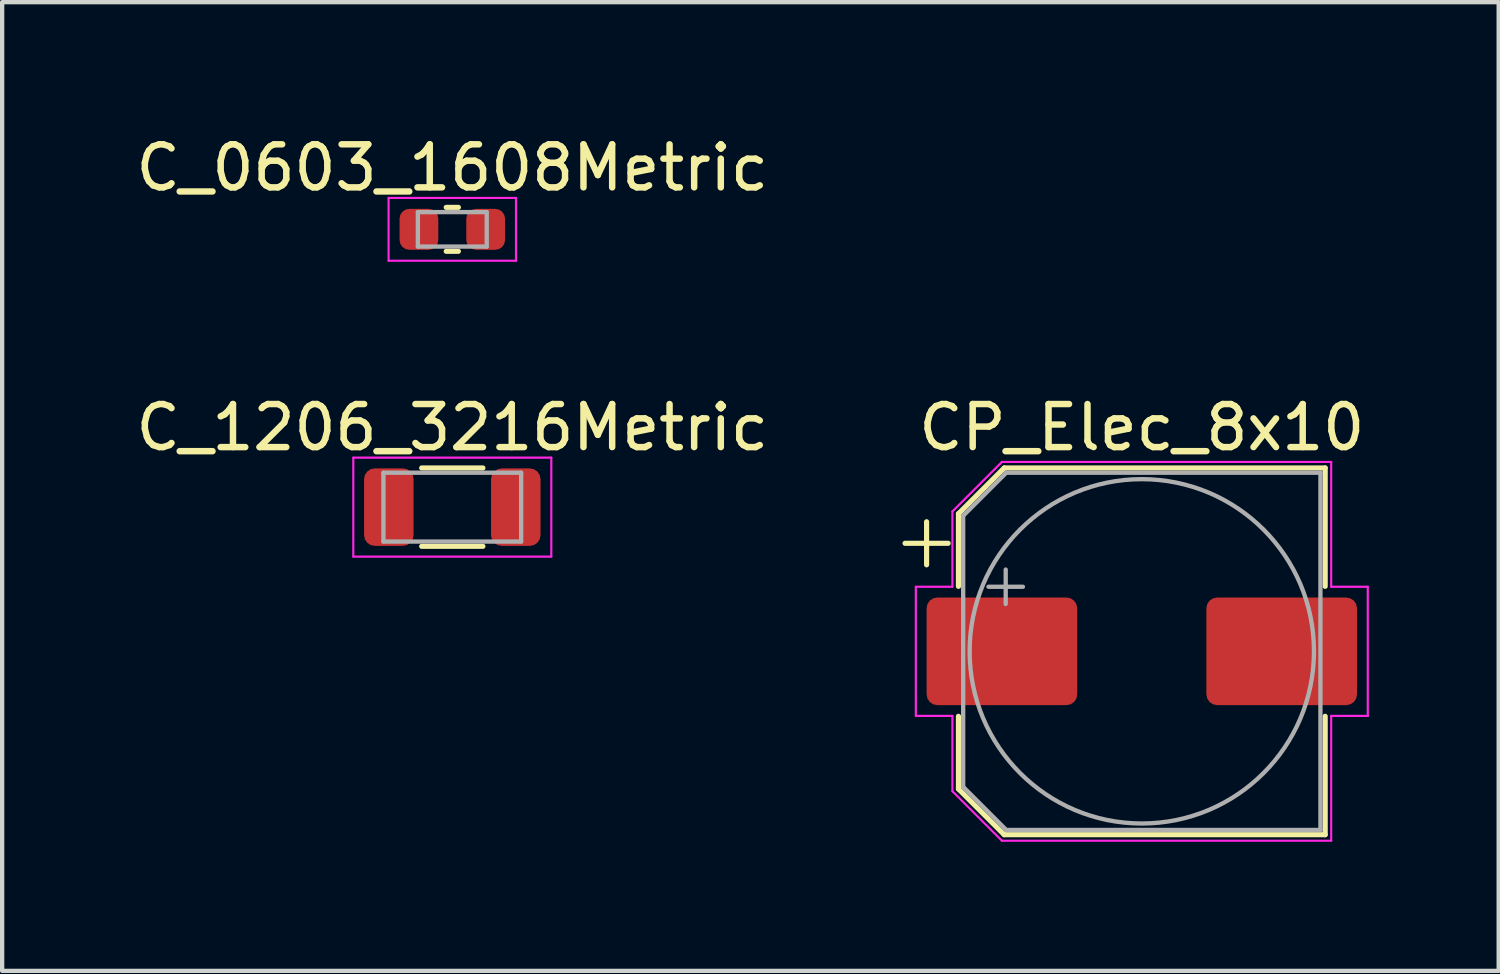
<source format=kicad_pcb>
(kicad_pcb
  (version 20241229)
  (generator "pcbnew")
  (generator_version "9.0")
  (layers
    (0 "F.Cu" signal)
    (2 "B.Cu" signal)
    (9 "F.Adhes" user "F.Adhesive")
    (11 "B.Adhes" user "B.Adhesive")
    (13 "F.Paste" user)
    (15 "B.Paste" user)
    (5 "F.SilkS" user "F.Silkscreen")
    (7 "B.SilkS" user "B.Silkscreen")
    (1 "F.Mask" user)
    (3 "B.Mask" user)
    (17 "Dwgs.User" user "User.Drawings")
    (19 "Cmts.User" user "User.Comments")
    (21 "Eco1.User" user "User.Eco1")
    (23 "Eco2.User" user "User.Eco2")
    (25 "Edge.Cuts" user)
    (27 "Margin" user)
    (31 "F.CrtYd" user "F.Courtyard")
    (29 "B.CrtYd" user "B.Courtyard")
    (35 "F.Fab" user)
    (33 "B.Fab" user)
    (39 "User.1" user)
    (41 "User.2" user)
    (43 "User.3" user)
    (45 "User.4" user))
  (footprint "CP_Elec_8x10"
    (layer "F.Cu")
    (at 23.477 12.082)
    (property "Reference" "CP_Elec_8x10" (at 0 -5.2 180) (layer "F.SilkS") (effects (font (size 1 1) (thickness 0.15))))
    (attr smd)
    (fp_line (start -5.5 -2.51) (end -4.5 -2.51) (stroke (width 0.12) (type solid)) (layer "F.SilkS"))
    (fp_line (start -5 -3.01) (end -5 -2.01) (stroke (width 0.12) (type solid)) (layer "F.SilkS"))
    (fp_line (start -4.26 -3.196) (end -4.26 -1.51) (stroke (width 0.12) (type solid)) (layer "F.SilkS"))
    (fp_line (start -4.26 -3.196) (end -3.196 -4.26) (stroke (width 0.12) (type solid)) (layer "F.SilkS"))
    (fp_line (start -4.26 3.196) (end -4.26 1.51) (stroke (width 0.12) (type solid)) (layer "F.SilkS"))
    (fp_line (start -4.26 3.196) (end -3.196 4.26) (stroke (width 0.12) (type solid)) (layer "F.SilkS"))
    (fp_line (start -3.196 -4.26) (end 4.26 -4.26) (stroke (width 0.12) (type solid)) (layer "F.SilkS"))
    (fp_line (start -3.196 4.26) (end 4.26 4.26) (stroke (width 0.12) (type solid)) (layer "F.SilkS"))
    (fp_line (start 4.26 -4.26) (end 4.26 -1.51) (stroke (width 0.12) (type solid)) (layer "F.SilkS"))
    (fp_line (start 4.26 4.26) (end 4.26 1.51) (stroke (width 0.12) (type solid)) (layer "F.SilkS"))
    (fp_line (start -5.25 -1.5) (end -5.25 1.5) (stroke (width 0.05) (type solid)) (layer "F.CrtYd"))
    (fp_line (start -5.25 1.5) (end -4.4 1.5) (stroke (width 0.05) (type solid)) (layer "F.CrtYd"))
    (fp_line (start -4.4 -3.25) (end -4.4 -1.5) (stroke (width 0.05) (type solid)) (layer "F.CrtYd"))
    (fp_line (start -4.4 -3.25) (end -3.25 -4.4) (stroke (width 0.05) (type solid)) (layer "F.CrtYd"))
    (fp_line (start -4.4 -1.5) (end -5.25 -1.5) (stroke (width 0.05) (type solid)) (layer "F.CrtYd"))
    (fp_line (start -4.4 1.5) (end -4.4 3.25) (stroke (width 0.05) (type solid)) (layer "F.CrtYd"))
    (fp_line (start -4.4 3.25) (end -3.25 4.4) (stroke (width 0.05) (type solid)) (layer "F.CrtYd"))
    (fp_line (start -3.25 -4.4) (end 4.4 -4.4) (stroke (width 0.05) (type solid)) (layer "F.CrtYd"))
    (fp_line (start -3.25 4.4) (end 4.4 4.4) (stroke (width 0.05) (type solid)) (layer "F.CrtYd"))
    (fp_line (start 4.4 -4.4) (end 4.4 -1.5) (stroke (width 0.05) (type solid)) (layer "F.CrtYd"))
    (fp_line (start 4.4 -1.5) (end 5.25 -1.5) (stroke (width 0.05) (type solid)) (layer "F.CrtYd"))
    (fp_line (start 4.4 1.5) (end 4.4 4.4) (stroke (width 0.05) (type solid)) (layer "F.CrtYd"))
    (fp_line (start 5.25 -1.5) (end 5.25 1.5) (stroke (width 0.05) (type solid)) (layer "F.CrtYd"))
    (fp_line (start 5.25 1.5) (end 4.4 1.5) (stroke (width 0.05) (type solid)) (layer "F.CrtYd"))
    (fp_line (start -4.15 -3.15) (end -4.15 3.15) (stroke (width 0.1) (type solid)) (layer "F.Fab"))
    (fp_line (start -4.15 -3.15) (end -3.15 -4.15) (stroke (width 0.1) (type solid)) (layer "F.Fab"))
    (fp_line (start -4.15 3.15) (end -3.15 4.15) (stroke (width 0.1) (type solid)) (layer "F.Fab"))
    (fp_line (start -3.562 -1.5) (end -2.762 -1.5) (stroke (width 0.1) (type solid)) (layer "F.Fab"))
    (fp_line (start -3.162 -1.9) (end -3.162 -1.1) (stroke (width 0.1) (type solid)) (layer "F.Fab"))
    (fp_line (start -3.15 -4.15) (end 4.15 -4.15) (stroke (width 0.1) (type solid)) (layer "F.Fab"))
    (fp_line (start -3.15 4.15) (end 4.15 4.15) (stroke (width 0.1) (type solid)) (layer "F.Fab"))
    (fp_line (start 4.15 -4.15) (end 4.15 4.15) (stroke (width 0.1) (type solid)) (layer "F.Fab"))
    (fp_circle (center 0 0) (end 4 0) (stroke (width 0.1) (type solid)) (fill no) (layer "F.Fab"))
    (pad "1" smd roundrect (at -3.25 0) (size 3.5 2.5) (layers "F.Cu" "F.Mask" "F.Paste") (roundrect_rratio 0.1))
    (pad "2" smd roundrect (at 3.25 0) (size 3.5 2.5) (layers "F.Cu" "F.Mask" "F.Paste") (roundrect_rratio 0.1)))
  (footprint "C_1206_3216Metric"
    (layer "F.Cu")
    (at 7.458 8.732)
    (property "Reference" "C_1206_3216Metric" (at 0 -1.85 0) (layer "F.SilkS") (effects (font (size 1 1) (thickness 0.15))))
    (attr smd)
    (fp_line (start -0.711 -0.91) (end 0.711 -0.91) (stroke (width 0.12) (type solid)) (layer "F.SilkS"))
    (fp_line (start -0.711 0.91) (end 0.711 0.91) (stroke (width 0.12) (type solid)) (layer "F.SilkS"))
    (fp_line (start -2.3 -1.15) (end 2.3 -1.15) (stroke (width 0.05) (type solid)) (layer "F.CrtYd"))
    (fp_line (start -2.3 1.15) (end -2.3 -1.15) (stroke (width 0.05) (type solid)) (layer "F.CrtYd"))
    (fp_line (start 2.3 -1.15) (end 2.3 1.15) (stroke (width 0.05) (type solid)) (layer "F.CrtYd"))
    (fp_line (start 2.3 1.15) (end -2.3 1.15) (stroke (width 0.05) (type solid)) (layer "F.CrtYd"))
    (fp_line (start -1.6 -0.8) (end 1.6 -0.8) (stroke (width 0.1) (type solid)) (layer "F.Fab"))
    (fp_line (start -1.6 0.8) (end -1.6 -0.8) (stroke (width 0.1) (type solid)) (layer "F.Fab"))
    (fp_line (start 1.6 -0.8) (end 1.6 0.8) (stroke (width 0.1) (type solid)) (layer "F.Fab"))
    (fp_line (start 1.6 0.8) (end -1.6 0.8) (stroke (width 0.1) (type solid)) (layer "F.Fab"))
    (pad "1" smd roundrect (at -1.475 0) (size 1.15 1.8) (layers "F.Cu" "F.Mask" "F.Paste") (roundrect_rratio 0.217))
    (pad "2" smd roundrect (at 1.475 0) (size 1.15 1.8) (layers "F.Cu" "F.Mask" "F.Paste") (roundrect_rratio 0.217)))
  (footprint "C_0603_1608Metric"
    (layer "F.Cu")
    (at 7.458 2.278)
    (property "Reference" "C_0603_1608Metric" (at 0 -1.43 180) (layer "F.SilkS") (effects (font (size 1 1) (thickness 0.15))))
    (attr smd)
    (fp_line (start -0.141 -0.51) (end 0.141 -0.51) (stroke (width 0.12) (type solid)) (layer "F.SilkS"))
    (fp_line (start -0.141 0.51) (end 0.141 0.51) (stroke (width 0.12) (type solid)) (layer "F.SilkS"))
    (fp_line (start -1.48 -0.73) (end 1.48 -0.73) (stroke (width 0.05) (type solid)) (layer "F.CrtYd"))
    (fp_line (start -1.48 0.73) (end -1.48 -0.73) (stroke (width 0.05) (type solid)) (layer "F.CrtYd"))
    (fp_line (start 1.48 -0.73) (end 1.48 0.73) (stroke (width 0.05) (type solid)) (layer "F.CrtYd"))
    (fp_line (start 1.48 0.73) (end -1.48 0.73) (stroke (width 0.05) (type solid)) (layer "F.CrtYd"))
    (fp_line (start -0.8 -0.4) (end 0.8 -0.4) (stroke (width 0.1) (type solid)) (layer "F.Fab"))
    (fp_line (start -0.8 0.4) (end -0.8 -0.4) (stroke (width 0.1) (type solid)) (layer "F.Fab"))
    (fp_line (start 0.8 -0.4) (end 0.8 0.4) (stroke (width 0.1) (type solid)) (layer "F.Fab"))
    (fp_line (start 0.8 0.4) (end -0.8 0.4) (stroke (width 0.1) (type solid)) (layer "F.Fab"))
    (pad "1" smd roundrect (at -0.775 0) (size 0.9 0.95) (layers "F.Cu" "F.Mask" "F.Paste") (roundrect_rratio 0.25))
    (pad "2" smd roundrect (at 0.775 0) (size 0.9 0.95) (layers "F.Cu" "F.Mask" "F.Paste") (roundrect_rratio 0.25)))
  (gr_rect
    (start -3 -3)
    (end 31.768 19.506)
    (stroke (width 0.1) (type default))
    (fill no)
    (layer "Edge.Cuts")))
</source>
